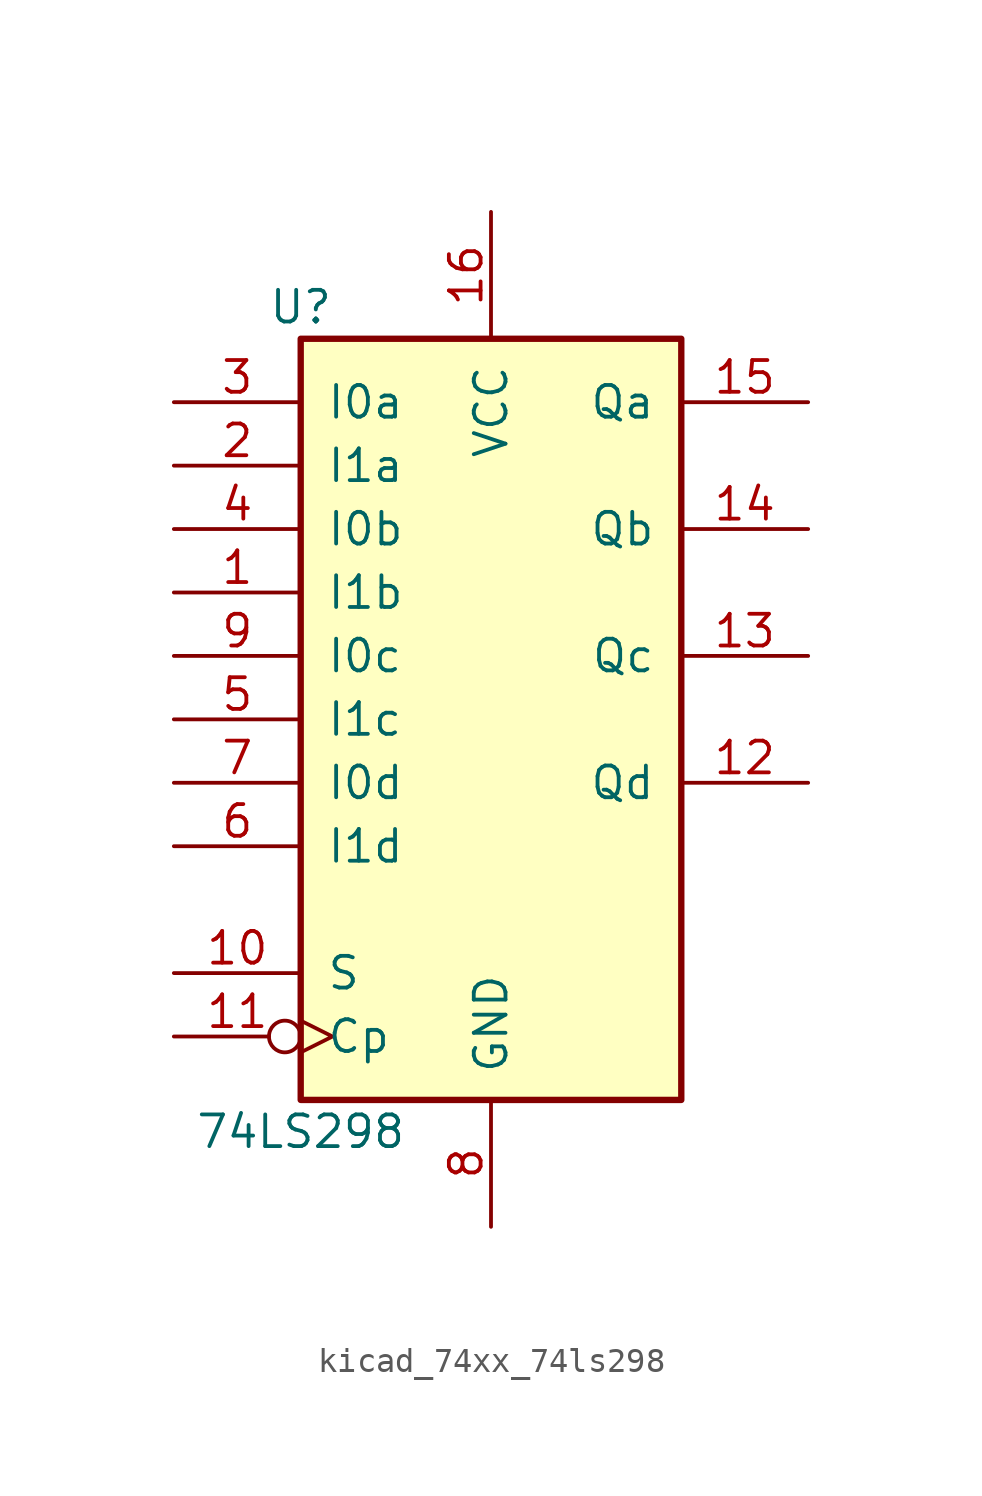
<source format=kicad_sym>
(kicad_symbol_lib
  (version 20220914)
  (generator kicad_symbol_editor)
  (symbol "kicad_74xx_74ls298"
    (pin_names
      (offset 1.016))
    (property "Reference" "U"
      (at -7.62 16.51 0)
      (effects (font (size 1.27 1.27))))
    (property "Value" "74LS298"
      (at -7.62 -16.51 0)
      (effects (font (size 1.27 1.27))))
    (property "ki_locked" ""
      (at 0 0 0)
      (effects (font (size 1.27 1.27))))
    (symbol "kicad_74xx_74ls298_1_0"
      (pin input line (at -12.7 5.08 0) (length 5.08) (name "I1b" (effects (font (size 1.27 1.27)))) (number "1" (effects (font (size 1.27 1.27)))))
      (pin input line (at -12.7 -10.16 0) (length 5.08) (name "S" (effects (font (size 1.27 1.27)))) (number "10" (effects (font (size 1.27 1.27)))))
      (pin input inverted_clock (at -12.7 -12.7 0) (length 5.08) (name "Cp" (effects (font (size 1.27 1.27)))) (number "11" (effects (font (size 1.27 1.27)))))
      (pin output line (at 12.7 -2.54 180) (length 5.08) (name "Qd" (effects (font (size 1.27 1.27)))) (number "12" (effects (font (size 1.27 1.27)))))
      (pin output line (at 12.7 2.54 180) (length 5.08) (name "Qc" (effects (font (size 1.27 1.27)))) (number "13" (effects (font (size 1.27 1.27)))))
      (pin output line (at 12.7 7.62 180) (length 5.08) (name "Qb" (effects (font (size 1.27 1.27)))) (number "14" (effects (font (size 1.27 1.27)))))
      (pin output line (at 12.7 12.7 180) (length 5.08) (name "Qa" (effects (font (size 1.27 1.27)))) (number "15" (effects (font (size 1.27 1.27)))))
      (pin power_in line (at 0 20.32 270) (length 5.08) (name "VCC" (effects (font (size 1.27 1.27)))) (number "16" (effects (font (size 1.27 1.27)))))
      (pin input line (at -12.7 10.16 0) (length 5.08) (name "I1a" (effects (font (size 1.27 1.27)))) (number "2" (effects (font (size 1.27 1.27)))))
      (pin input line (at -12.7 12.7 0) (length 5.08) (name "I0a" (effects (font (size 1.27 1.27)))) (number "3" (effects (font (size 1.27 1.27)))))
      (pin input line (at -12.7 7.62 0) (length 5.08) (name "I0b" (effects (font (size 1.27 1.27)))) (number "4" (effects (font (size 1.27 1.27)))))
      (pin input line (at -12.7 0 0) (length 5.08) (name "I1c" (effects (font (size 1.27 1.27)))) (number "5" (effects (font (size 1.27 1.27)))))
      (pin input line (at -12.7 -5.08 0) (length 5.08) (name "I1d" (effects (font (size 1.27 1.27)))) (number "6" (effects (font (size 1.27 1.27)))))
      (pin input line (at -12.7 -2.54 0) (length 5.08) (name "I0d" (effects (font (size 1.27 1.27)))) (number "7" (effects (font (size 1.27 1.27)))))
      (pin power_in line (at 0 -20.32 90) (length 5.08) (name "GND" (effects (font (size 1.27 1.27)))) (number "8" (effects (font (size 1.27 1.27)))))
      (pin input line (at -12.7 2.54 0) (length 5.08) (name "I0c" (effects (font (size 1.27 1.27)))) (number "9" (effects (font (size 1.27 1.27))))))
    (symbol "kicad_74xx_74ls298_1_1"
      (rectangle (start -7.62 15.24) (end 7.62 -15.24) (stroke (width 0.254) (type default)) (fill (type background))))))
</source>
